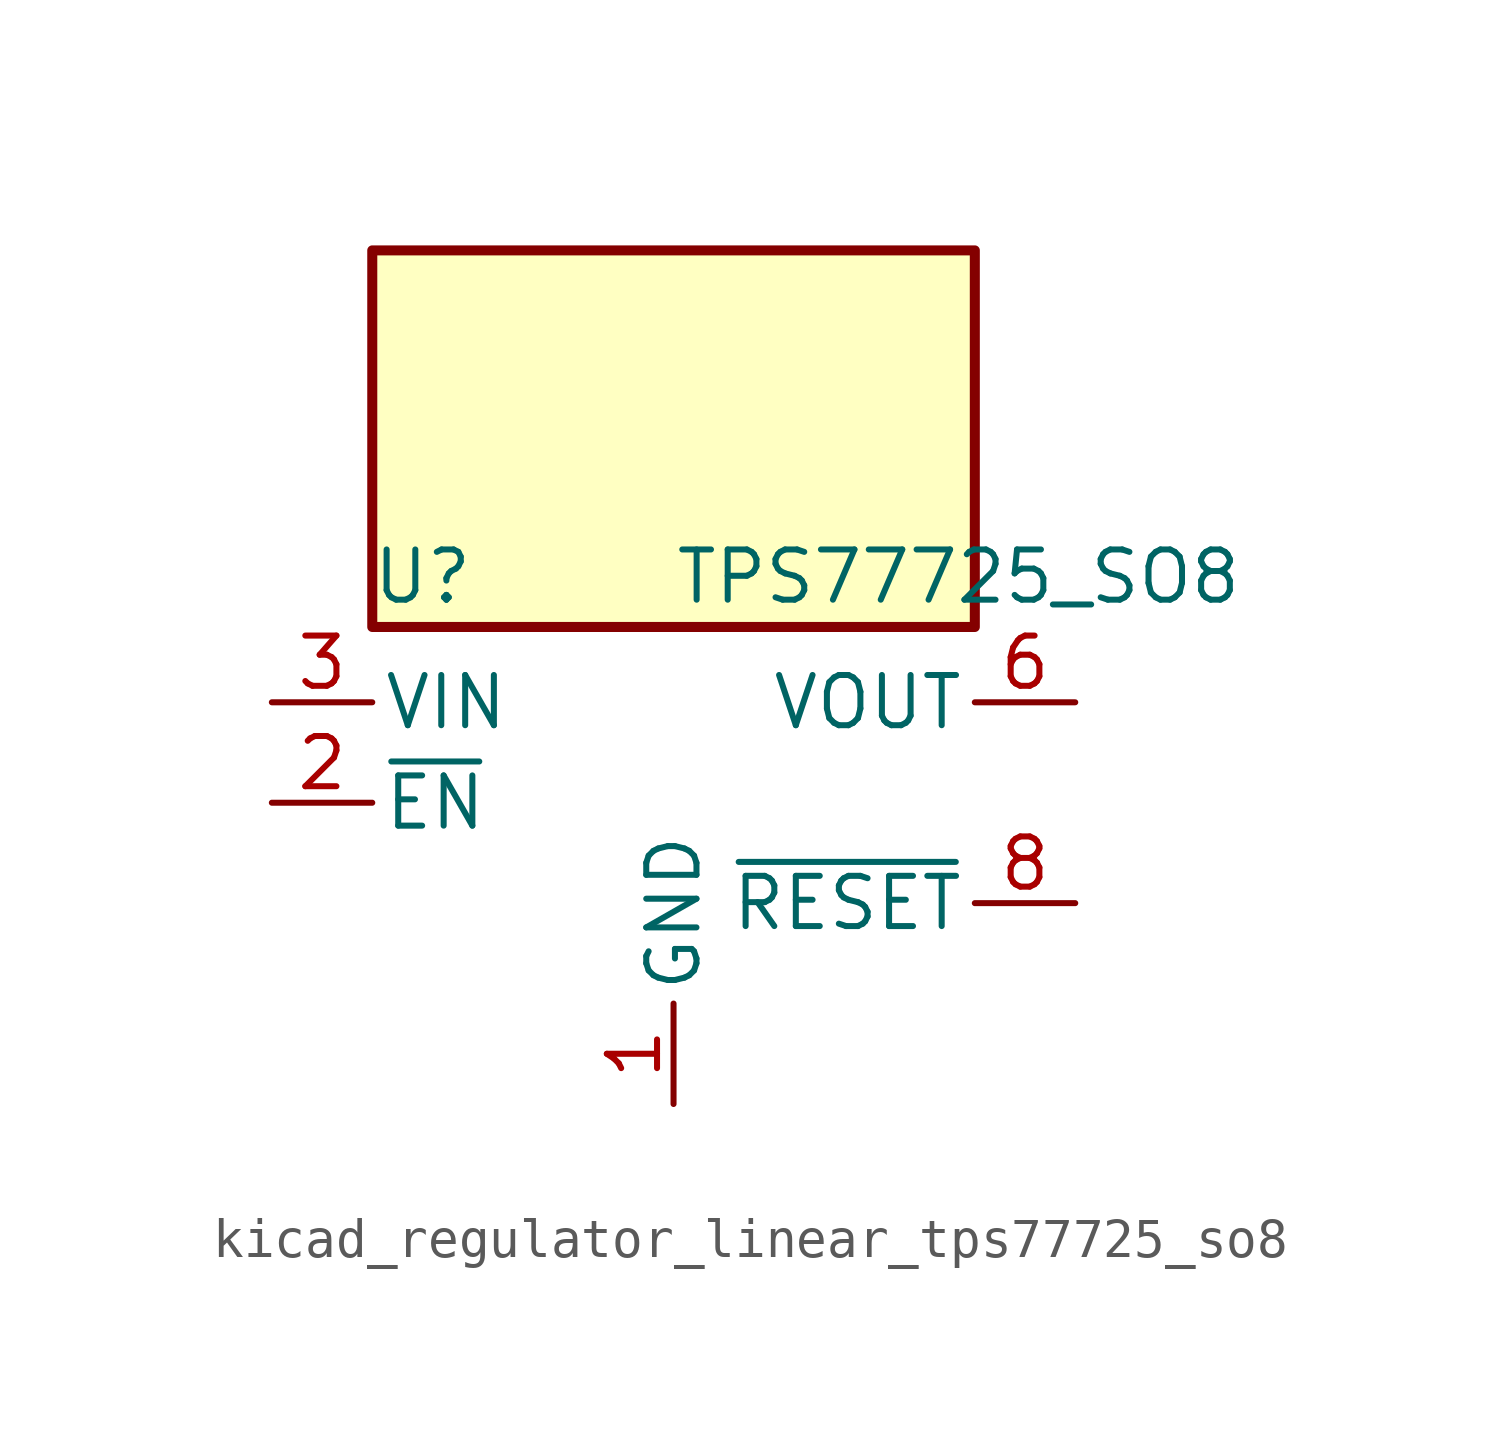
<source format=kicad_sym>
(kicad_symbol_lib
  (version 20220914)
  (generator kicad_symbol_editor)
  (symbol "kicad_regulator_linear_tps77725_so8"
    (pin_names
      (offset 0.254))
    (property "Reference" "U"
      (at -6.35 5.715 0)
      (effects (font (size 1.27 1.27))))
    (property "Value" "TPS77725_SO8"
      (at 0 5.715 0)
      (effects (font (size 1.27 1.27)) (justify left)))
    (symbol "kicad_regulator_linear_tps77725_so8_0_1"
      (rectangle (start 7.62 13.97) (end -7.62 4.445) (stroke (width 0.254) (type default)) (fill (type background))))
    (symbol "kicad_regulator_linear_tps77725_so8_1_1"
      (pin power_in line (at 0 -7.62 90) (length 2.54) (name "GND" (effects (font (size 1.27 1.27)))) (number "1" (effects (font (size 1.27 1.27)))))
      (pin input line (at -10.16 0 0) (length 2.54) (name "~{EN}" (effects (font (size 1.27 1.27)))) (number "2" (effects (font (size 1.27 1.27)))))
      (pin power_in line (at -10.16 2.54 0) (length 2.54) (name "VIN" (effects (font (size 1.27 1.27)))) (number "3" (effects (font (size 1.27 1.27)))))
      (pin passive line (at -10.16 2.54 0) (length 2.54) hide (name "VIN" (effects (font (size 1.27 1.27)))) (number "4" (effects (font (size 1.27 1.27)))))
      (pin passive line (at 10.16 2.54 180) (length 2.54) hide (name "VOUT" (effects (font (size 1.27 1.27)))) (number "5" (effects (font (size 1.27 1.27)))))
      (pin power_out line (at 10.16 2.54 180) (length 2.54) (name "VOUT" (effects (font (size 1.27 1.27)))) (number "6" (effects (font (size 1.27 1.27)))))
      (pin no_connect line (at 7.62 0 180) (length 2.54) hide (name "NC" (effects (font (size 1.27 1.27)))) (number "7" (effects (font (size 1.27 1.27)))))
      (pin open_collector line (at 10.16 -2.54 180) (length 2.54) (name "~{RESET}" (effects (font (size 1.27 1.27)))) (number "8" (effects (font (size 1.27 1.27))))))))
</source>
